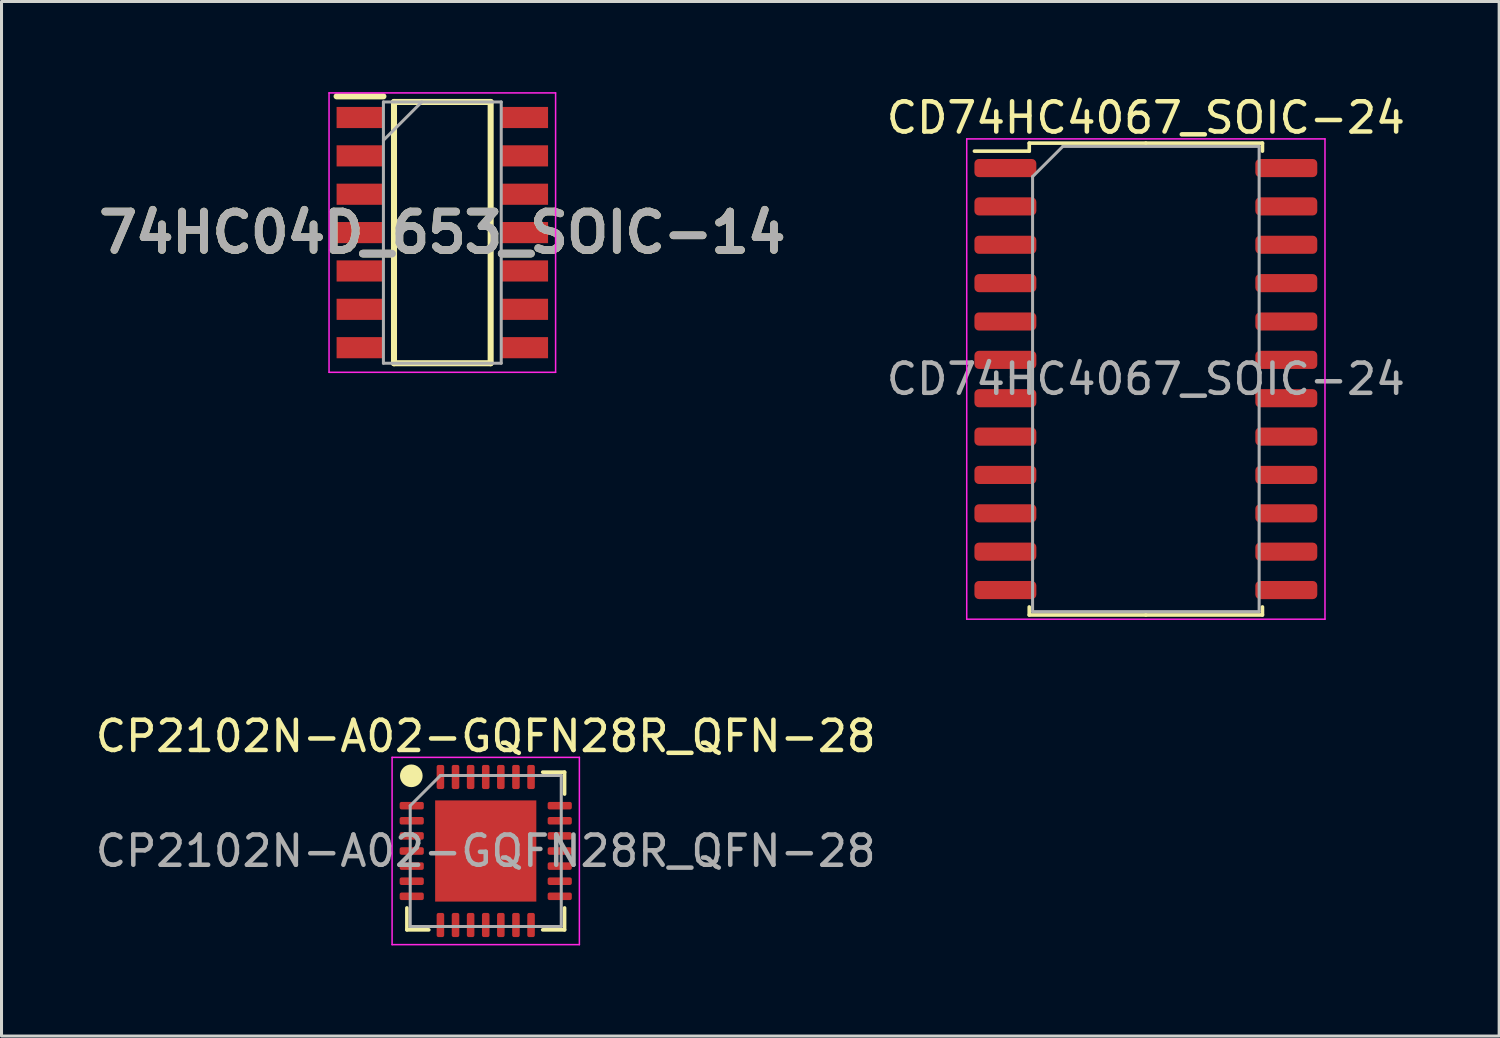
<source format=kicad_pcb>
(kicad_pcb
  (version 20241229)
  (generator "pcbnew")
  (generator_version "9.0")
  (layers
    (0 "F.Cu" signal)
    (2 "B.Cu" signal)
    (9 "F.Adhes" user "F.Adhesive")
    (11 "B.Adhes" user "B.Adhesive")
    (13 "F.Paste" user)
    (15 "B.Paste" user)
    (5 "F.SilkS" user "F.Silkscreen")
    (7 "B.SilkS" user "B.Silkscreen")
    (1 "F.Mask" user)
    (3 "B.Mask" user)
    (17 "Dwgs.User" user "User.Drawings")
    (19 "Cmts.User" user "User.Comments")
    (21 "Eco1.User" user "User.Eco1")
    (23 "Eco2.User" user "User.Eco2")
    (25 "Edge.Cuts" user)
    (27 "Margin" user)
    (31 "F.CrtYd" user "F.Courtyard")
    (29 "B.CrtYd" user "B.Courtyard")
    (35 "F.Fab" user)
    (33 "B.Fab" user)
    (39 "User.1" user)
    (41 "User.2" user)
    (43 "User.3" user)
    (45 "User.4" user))
  (footprint "CD74HC4067_SOIC-24"
    (layer "F.Cu")
    (at 34.883 9.498)
    (property "Reference" "CD74HC4067_SOIC-24" (at 0 -8.65 0) (layer "F.SilkS") (effects (font (size 1 1) (thickness 0.15))))
    (attr smd)
    (fp_line (start -3.86 -7.81) (end -3.86 -7.545) (stroke (width 0.12) (type solid)) (layer "F.SilkS"))
    (fp_line (start -3.86 -7.545) (end -5.675 -7.545) (stroke (width 0.12) (type solid)) (layer "F.SilkS"))
    (fp_line (start -3.86 7.81) (end -3.86 7.545) (stroke (width 0.12) (type solid)) (layer "F.SilkS"))
    (fp_line (start 0 -7.81) (end -3.86 -7.81) (stroke (width 0.12) (type solid)) (layer "F.SilkS"))
    (fp_line (start 0 -7.81) (end 3.86 -7.81) (stroke (width 0.12) (type solid)) (layer "F.SilkS"))
    (fp_line (start 0 7.81) (end -3.86 7.81) (stroke (width 0.12) (type solid)) (layer "F.SilkS"))
    (fp_line (start 0 7.81) (end 3.86 7.81) (stroke (width 0.12) (type solid)) (layer "F.SilkS"))
    (fp_line (start 3.86 -7.81) (end 3.86 -7.545) (stroke (width 0.12) (type solid)) (layer "F.SilkS"))
    (fp_line (start 3.86 7.81) (end 3.86 7.545) (stroke (width 0.12) (type solid)) (layer "F.SilkS"))
    (fp_line (start -5.93 -7.95) (end -5.93 7.95) (stroke (width 0.05) (type solid)) (layer "F.CrtYd"))
    (fp_line (start -5.93 7.95) (end 5.93 7.95) (stroke (width 0.05) (type solid)) (layer "F.CrtYd"))
    (fp_line (start 5.93 -7.95) (end -5.93 -7.95) (stroke (width 0.05) (type solid)) (layer "F.CrtYd"))
    (fp_line (start 5.93 7.95) (end 5.93 -7.95) (stroke (width 0.05) (type solid)) (layer "F.CrtYd"))
    (fp_line (start -3.75 -6.7) (end -2.75 -7.7) (stroke (width 0.1) (type solid)) (layer "F.Fab"))
    (fp_line (start -3.75 7.7) (end -3.75 -6.7) (stroke (width 0.1) (type solid)) (layer "F.Fab"))
    (fp_line (start -2.75 -7.7) (end 3.75 -7.7) (stroke (width 0.1) (type solid)) (layer "F.Fab"))
    (fp_line (start 3.75 -7.7) (end 3.75 7.7) (stroke (width 0.1) (type solid)) (layer "F.Fab"))
    (fp_line (start 3.75 7.7) (end -3.75 7.7) (stroke (width 0.1) (type solid)) (layer "F.Fab"))
    (fp_text user "${REFERENCE}" (at 0 0 0) (layer "F.Fab") (effects (font (size 1 1) (thickness 0.15))))
    (pad "1" smd roundrect (at -4.65 -6.985) (size 2.05 0.6) (layers "F.Cu" "F.Mask" "F.Paste") (roundrect_rratio 0.25))
    (pad "2" smd roundrect (at -4.65 -5.715) (size 2.05 0.6) (layers "F.Cu" "F.Mask" "F.Paste") (roundrect_rratio 0.25))
    (pad "3" smd roundrect (at -4.65 -4.445) (size 2.05 0.6) (layers "F.Cu" "F.Mask" "F.Paste") (roundrect_rratio 0.25))
    (pad "4" smd roundrect (at -4.65 -3.175) (size 2.05 0.6) (layers "F.Cu" "F.Mask" "F.Paste") (roundrect_rratio 0.25))
    (pad "5" smd roundrect (at -4.65 -1.905) (size 2.05 0.6) (layers "F.Cu" "F.Mask" "F.Paste") (roundrect_rratio 0.25))
    (pad "6" smd roundrect (at -4.65 -0.635) (size 2.05 0.6) (layers "F.Cu" "F.Mask" "F.Paste") (roundrect_rratio 0.25))
    (pad "7" smd roundrect (at -4.65 0.635) (size 2.05 0.6) (layers "F.Cu" "F.Mask" "F.Paste") (roundrect_rratio 0.25))
    (pad "8" smd roundrect (at -4.65 1.905) (size 2.05 0.6) (layers "F.Cu" "F.Mask" "F.Paste") (roundrect_rratio 0.25))
    (pad "9" smd roundrect (at -4.65 3.175) (size 2.05 0.6) (layers "F.Cu" "F.Mask" "F.Paste") (roundrect_rratio 0.25))
    (pad "10" smd roundrect (at -4.65 4.445) (size 2.05 0.6) (layers "F.Cu" "F.Mask" "F.Paste") (roundrect_rratio 0.25))
    (pad "11" smd roundrect (at -4.65 5.715) (size 2.05 0.6) (layers "F.Cu" "F.Mask" "F.Paste") (roundrect_rratio 0.25))
    (pad "12" smd roundrect (at -4.65 6.985) (size 2.05 0.6) (layers "F.Cu" "F.Mask" "F.Paste") (roundrect_rratio 0.25))
    (pad "13" smd roundrect (at 4.65 6.985) (size 2.05 0.6) (layers "F.Cu" "F.Mask" "F.Paste") (roundrect_rratio 0.25))
    (pad "14" smd roundrect (at 4.65 5.715) (size 2.05 0.6) (layers "F.Cu" "F.Mask" "F.Paste") (roundrect_rratio 0.25))
    (pad "15" smd roundrect (at 4.65 4.445) (size 2.05 0.6) (layers "F.Cu" "F.Mask" "F.Paste") (roundrect_rratio 0.25))
    (pad "16" smd roundrect (at 4.65 3.175) (size 2.05 0.6) (layers "F.Cu" "F.Mask" "F.Paste") (roundrect_rratio 0.25))
    (pad "17" smd roundrect (at 4.65 1.905) (size 2.05 0.6) (layers "F.Cu" "F.Mask" "F.Paste") (roundrect_rratio 0.25))
    (pad "18" smd roundrect (at 4.65 0.635) (size 2.05 0.6) (layers "F.Cu" "F.Mask" "F.Paste") (roundrect_rratio 0.25))
    (pad "19" smd roundrect (at 4.65 -0.635) (size 2.05 0.6) (layers "F.Cu" "F.Mask" "F.Paste") (roundrect_rratio 0.25))
    (pad "20" smd roundrect (at 4.65 -1.905) (size 2.05 0.6) (layers "F.Cu" "F.Mask" "F.Paste") (roundrect_rratio 0.25))
    (pad "21" smd roundrect (at 4.65 -3.175) (size 2.05 0.6) (layers "F.Cu" "F.Mask" "F.Paste") (roundrect_rratio 0.25))
    (pad "22" smd roundrect (at 4.65 -4.445) (size 2.05 0.6) (layers "F.Cu" "F.Mask" "F.Paste") (roundrect_rratio 0.25))
    (pad "23" smd roundrect (at 4.65 -5.715) (size 2.05 0.6) (layers "F.Cu" "F.Mask" "F.Paste") (roundrect_rratio 0.25))
    (pad "24" smd roundrect (at 4.65 -6.985) (size 2.05 0.6) (layers "F.Cu" "F.Mask" "F.Paste") (roundrect_rratio 0.25)))
  (footprint "74HC04D_653_SOIC-14"
    (layer "F.Cu")
    (at 11.593 4.65)
    (property "Reference" "74HC04D_653_SOIC-14" (at 0 0 0) (layer "F.SilkS") (effects (font (size 1.27 1.27) (thickness 0.254))))
    (attr smd)
    (fp_line (start -3.5 -4.51) (end -1.95 -4.51) (stroke (width 0.2) (type solid)) (layer "F.SilkS"))
    (fp_line (start -1.6 -4.325) (end 1.6 -4.325) (stroke (width 0.2) (type solid)) (layer "F.SilkS"))
    (fp_line (start -1.6 4.325) (end -1.6 -4.325) (stroke (width 0.2) (type solid)) (layer "F.SilkS"))
    (fp_line (start 1.6 -4.325) (end 1.6 4.325) (stroke (width 0.2) (type solid)) (layer "F.SilkS"))
    (fp_line (start 1.6 4.325) (end -1.6 4.325) (stroke (width 0.2) (type solid)) (layer "F.SilkS"))
    (fp_line (start -3.75 -4.625) (end 3.75 -4.625) (stroke (width 0.05) (type solid)) (layer "F.CrtYd"))
    (fp_line (start -3.75 4.625) (end -3.75 -4.625) (stroke (width 0.05) (type solid)) (layer "F.CrtYd"))
    (fp_line (start 3.75 -4.625) (end 3.75 4.625) (stroke (width 0.05) (type solid)) (layer "F.CrtYd"))
    (fp_line (start 3.75 4.625) (end -3.75 4.625) (stroke (width 0.05) (type solid)) (layer "F.CrtYd"))
    (fp_line (start -1.95 -4.325) (end 1.95 -4.325) (stroke (width 0.1) (type solid)) (layer "F.Fab"))
    (fp_line (start -1.95 -3.055) (end -0.68 -4.325) (stroke (width 0.1) (type solid)) (layer "F.Fab"))
    (fp_line (start -1.95 4.325) (end -1.95 -4.325) (stroke (width 0.1) (type solid)) (layer "F.Fab"))
    (fp_line (start 1.95 -4.325) (end 1.95 4.325) (stroke (width 0.1) (type solid)) (layer "F.Fab"))
    (fp_line (start 1.95 4.325) (end -1.95 4.325) (stroke (width 0.1) (type solid)) (layer "F.Fab"))
    (fp_text user "${REFERENCE}" (at 0 0 0) (layer "F.Fab") (effects (font (size 1.27 1.27) (thickness 0.254))))
    (pad "1" smd rect (at -2.725 -3.81 90) (size 0.7 1.55) (layers "F.Cu" "F.Mask" "F.Paste"))
    (pad "2" smd rect (at -2.725 -2.54 90) (size 0.7 1.55) (layers "F.Cu" "F.Mask" "F.Paste"))
    (pad "3" smd rect (at -2.725 -1.27 90) (size 0.7 1.55) (layers "F.Cu" "F.Mask" "F.Paste"))
    (pad "4" smd rect (at -2.725 0 90) (size 0.7 1.55) (layers "F.Cu" "F.Mask" "F.Paste"))
    (pad "5" smd rect (at -2.725 1.27 90) (size 0.7 1.55) (layers "F.Cu" "F.Mask" "F.Paste"))
    (pad "6" smd rect (at -2.725 2.54 90) (size 0.7 1.55) (layers "F.Cu" "F.Mask" "F.Paste"))
    (pad "7" smd rect (at -2.725 3.81 90) (size 0.7 1.55) (layers "F.Cu" "F.Mask" "F.Paste"))
    (pad "8" smd rect (at 2.725 3.81 90) (size 0.7 1.55) (layers "F.Cu" "F.Mask" "F.Paste"))
    (pad "9" smd rect (at 2.725 2.54 90) (size 0.7 1.55) (layers "F.Cu" "F.Mask" "F.Paste"))
    (pad "10" smd rect (at 2.725 1.27 90) (size 0.7 1.55) (layers "F.Cu" "F.Mask" "F.Paste"))
    (pad "11" smd rect (at 2.725 0 90) (size 0.7 1.55) (layers "F.Cu" "F.Mask" "F.Paste"))
    (pad "12" smd rect (at 2.725 -1.27 90) (size 0.7 1.55) (layers "F.Cu" "F.Mask" "F.Paste"))
    (pad "13" smd rect (at 2.725 -2.54 90) (size 0.7 1.55) (layers "F.Cu" "F.Mask" "F.Paste"))
    (pad "14" smd rect (at 2.725 -3.81 90) (size 0.7 1.55) (layers "F.Cu" "F.Mask" "F.Paste")))
  (footprint "CP2102N-A02-GQFN28R_QFN-28"
    (layer "F.Cu")
    (at 13.03 25.122)
    (property "Reference" "CP2102N-A02-GQFN28R_QFN-28" (at 0 -3.8 0) (layer "F.SilkS") (effects (font (size 1 1) (thickness 0.15))))
    (attr smd)
    (fp_line (start -2.61 2.61) (end -2.61 1.885) (stroke (width 0.12) (type solid)) (layer "F.SilkS"))
    (fp_line (start -1.885 2.61) (end -2.61 2.61) (stroke (width 0.12) (type solid)) (layer "F.SilkS"))
    (fp_line (start 1.885 -2.61) (end 2.61 -2.61) (stroke (width 0.12) (type solid)) (layer "F.SilkS"))
    (fp_line (start 1.885 2.61) (end 2.61 2.61) (stroke (width 0.12) (type solid)) (layer "F.SilkS"))
    (fp_line (start 2.61 -2.61) (end 2.61 -1.885) (stroke (width 0.12) (type solid)) (layer "F.SilkS"))
    (fp_line (start 2.61 2.61) (end 2.61 1.885) (stroke (width 0.12) (type solid)) (layer "F.SilkS"))
    (fp_circle (center -2.464 -2.489) (end -2.214 -2.489) (stroke (width 0.25) (type solid)) (fill yes) (layer "F.SilkS"))
    (fp_line (start -3.1 -3.1) (end -3.1 3.1) (stroke (width 0.05) (type solid)) (layer "F.CrtYd"))
    (fp_line (start -3.1 3.1) (end 3.1 3.1) (stroke (width 0.05) (type solid)) (layer "F.CrtYd"))
    (fp_line (start 3.1 -3.1) (end -3.1 -3.1) (stroke (width 0.05) (type solid)) (layer "F.CrtYd"))
    (fp_line (start 3.1 3.1) (end 3.1 -3.1) (stroke (width 0.05) (type solid)) (layer "F.CrtYd"))
    (fp_line (start -2.5 -1.5) (end -1.5 -2.5) (stroke (width 0.1) (type solid)) (layer "F.Fab"))
    (fp_line (start -2.5 2.5) (end -2.5 -1.5) (stroke (width 0.1) (type solid)) (layer "F.Fab"))
    (fp_line (start -1.5 -2.5) (end 2.5 -2.5) (stroke (width 0.1) (type solid)) (layer "F.Fab"))
    (fp_line (start 2.5 -2.5) (end 2.5 2.5) (stroke (width 0.1) (type solid)) (layer "F.Fab"))
    (fp_line (start 2.5 2.5) (end -2.5 2.5) (stroke (width 0.1) (type solid)) (layer "F.Fab"))
    (fp_text user "${REFERENCE}" (at 0 0 0) (layer "F.Fab") (effects (font (size 1 1) (thickness 0.15))))
    (pad "" smd roundrect (at -1.12 -1.12) (size 0.9 0.9) (layers "F.Paste") (roundrect_rratio 0.25))
    (pad "" smd roundrect (at -1.12 0) (size 0.9 0.9) (layers "F.Paste") (roundrect_rratio 0.25))
    (pad "" smd roundrect (at -1.12 1.12) (size 0.9 0.9) (layers "F.Paste") (roundrect_rratio 0.25))
    (pad "" smd roundrect (at 0 -1.12) (size 0.9 0.9) (layers "F.Paste") (roundrect_rratio 0.25))
    (pad "" smd roundrect (at 0 0) (size 0.9 0.9) (layers "F.Paste") (roundrect_rratio 0.25))
    (pad "" smd roundrect (at 0 1.12) (size 0.9 0.9) (layers "F.Paste") (roundrect_rratio 0.25))
    (pad "" smd roundrect (at 1.12 -1.12) (size 0.9 0.9) (layers "F.Paste") (roundrect_rratio 0.25))
    (pad "" smd roundrect (at 1.12 0) (size 0.9 0.9) (layers "F.Paste") (roundrect_rratio 0.25))
    (pad "" smd roundrect (at 1.12 1.12) (size 0.9 0.9) (layers "F.Paste") (roundrect_rratio 0.25))
    (pad "1" smd roundrect (at -2.45 -1.5) (size 0.8 0.25) (layers "F.Cu" "F.Mask" "F.Paste") (roundrect_rratio 0.25))
    (pad "2" smd roundrect (at -2.45 -1) (size 0.8 0.25) (layers "F.Cu" "F.Mask" "F.Paste") (roundrect_rratio 0.25))
    (pad "3" smd roundrect (at -2.45 -0.5) (size 0.8 0.25) (layers "F.Cu" "F.Mask" "F.Paste") (roundrect_rratio 0.25))
    (pad "4" smd roundrect (at -2.45 0) (size 0.8 0.25) (layers "F.Cu" "F.Mask" "F.Paste") (roundrect_rratio 0.25))
    (pad "5" smd roundrect (at -2.45 0.5) (size 0.8 0.25) (layers "F.Cu" "F.Mask" "F.Paste") (roundrect_rratio 0.25))
    (pad "6" smd roundrect (at -2.45 1) (size 0.8 0.25) (layers "F.Cu" "F.Mask" "F.Paste") (roundrect_rratio 0.25))
    (pad "7" smd roundrect (at -2.45 1.5) (size 0.8 0.25) (layers "F.Cu" "F.Mask" "F.Paste") (roundrect_rratio 0.25))
    (pad "8" smd roundrect (at -1.5 2.45) (size 0.25 0.8) (layers "F.Cu" "F.Mask" "F.Paste") (roundrect_rratio 0.25))
    (pad "9" smd roundrect (at -1 2.45) (size 0.25 0.8) (layers "F.Cu" "F.Mask" "F.Paste") (roundrect_rratio 0.25))
    (pad "10" smd roundrect (at -0.5 2.45) (size 0.25 0.8) (layers "F.Cu" "F.Mask" "F.Paste") (roundrect_rratio 0.25))
    (pad "11" smd roundrect (at 0 2.45) (size 0.25 0.8) (layers "F.Cu" "F.Mask" "F.Paste") (roundrect_rratio 0.25))
    (pad "12" smd roundrect (at 0.5 2.45) (size 0.25 0.8) (layers "F.Cu" "F.Mask" "F.Paste") (roundrect_rratio 0.25))
    (pad "13" smd roundrect (at 1 2.45) (size 0.25 0.8) (layers "F.Cu" "F.Mask" "F.Paste") (roundrect_rratio 0.25))
    (pad "14" smd roundrect (at 1.5 2.45) (size 0.25 0.8) (layers "F.Cu" "F.Mask" "F.Paste") (roundrect_rratio 0.25))
    (pad "15" smd roundrect (at 2.45 1.5) (size 0.8 0.25) (layers "F.Cu" "F.Mask" "F.Paste") (roundrect_rratio 0.25))
    (pad "16" smd roundrect (at 2.45 1) (size 0.8 0.25) (layers "F.Cu" "F.Mask" "F.Paste") (roundrect_rratio 0.25))
    (pad "17" smd roundrect (at 2.45 0.5) (size 0.8 0.25) (layers "F.Cu" "F.Mask" "F.Paste") (roundrect_rratio 0.25))
    (pad "18" smd roundrect (at 2.45 0) (size 0.8 0.25) (layers "F.Cu" "F.Mask" "F.Paste") (roundrect_rratio 0.25))
    (pad "19" smd roundrect (at 2.45 -0.5) (size 0.8 0.25) (layers "F.Cu" "F.Mask" "F.Paste") (roundrect_rratio 0.25))
    (pad "20" smd roundrect (at 2.45 -1) (size 0.8 0.25) (layers "F.Cu" "F.Mask" "F.Paste") (roundrect_rratio 0.25))
    (pad "21" smd roundrect (at 2.45 -1.5) (size 0.8 0.25) (layers "F.Cu" "F.Mask" "F.Paste") (roundrect_rratio 0.25))
    (pad "22" smd roundrect (at 1.5 -2.45) (size 0.25 0.8) (layers "F.Cu" "F.Mask" "F.Paste") (roundrect_rratio 0.25))
    (pad "23" smd roundrect (at 1 -2.45) (size 0.25 0.8) (layers "F.Cu" "F.Mask" "F.Paste") (roundrect_rratio 0.25))
    (pad "24" smd roundrect (at 0.5 -2.45) (size 0.25 0.8) (layers "F.Cu" "F.Mask" "F.Paste") (roundrect_rratio 0.25))
    (pad "25" smd roundrect (at 0 -2.45) (size 0.25 0.8) (layers "F.Cu" "F.Mask" "F.Paste") (roundrect_rratio 0.25))
    (pad "26" smd roundrect (at -0.5 -2.45) (size 0.25 0.8) (layers "F.Cu" "F.Mask" "F.Paste") (roundrect_rratio 0.25))
    (pad "27" smd roundrect (at -1 -2.45) (size 0.25 0.8) (layers "F.Cu" "F.Mask" "F.Paste") (roundrect_rratio 0.25))
    (pad "28" smd roundrect (at -1.5 -2.45) (size 0.25 0.8) (layers "F.Cu" "F.Mask" "F.Paste") (roundrect_rratio 0.25))
    (pad "29" smd rect (at 0 0) (size 3.35 3.35) (layers "F.Cu" "F.Mask")))
  (gr_rect
    (start -3 -3)
    (end 46.579 31.247)
    (stroke (width 0.1) (type default))
    (fill no)
    (layer "Edge.Cuts")))
</source>
